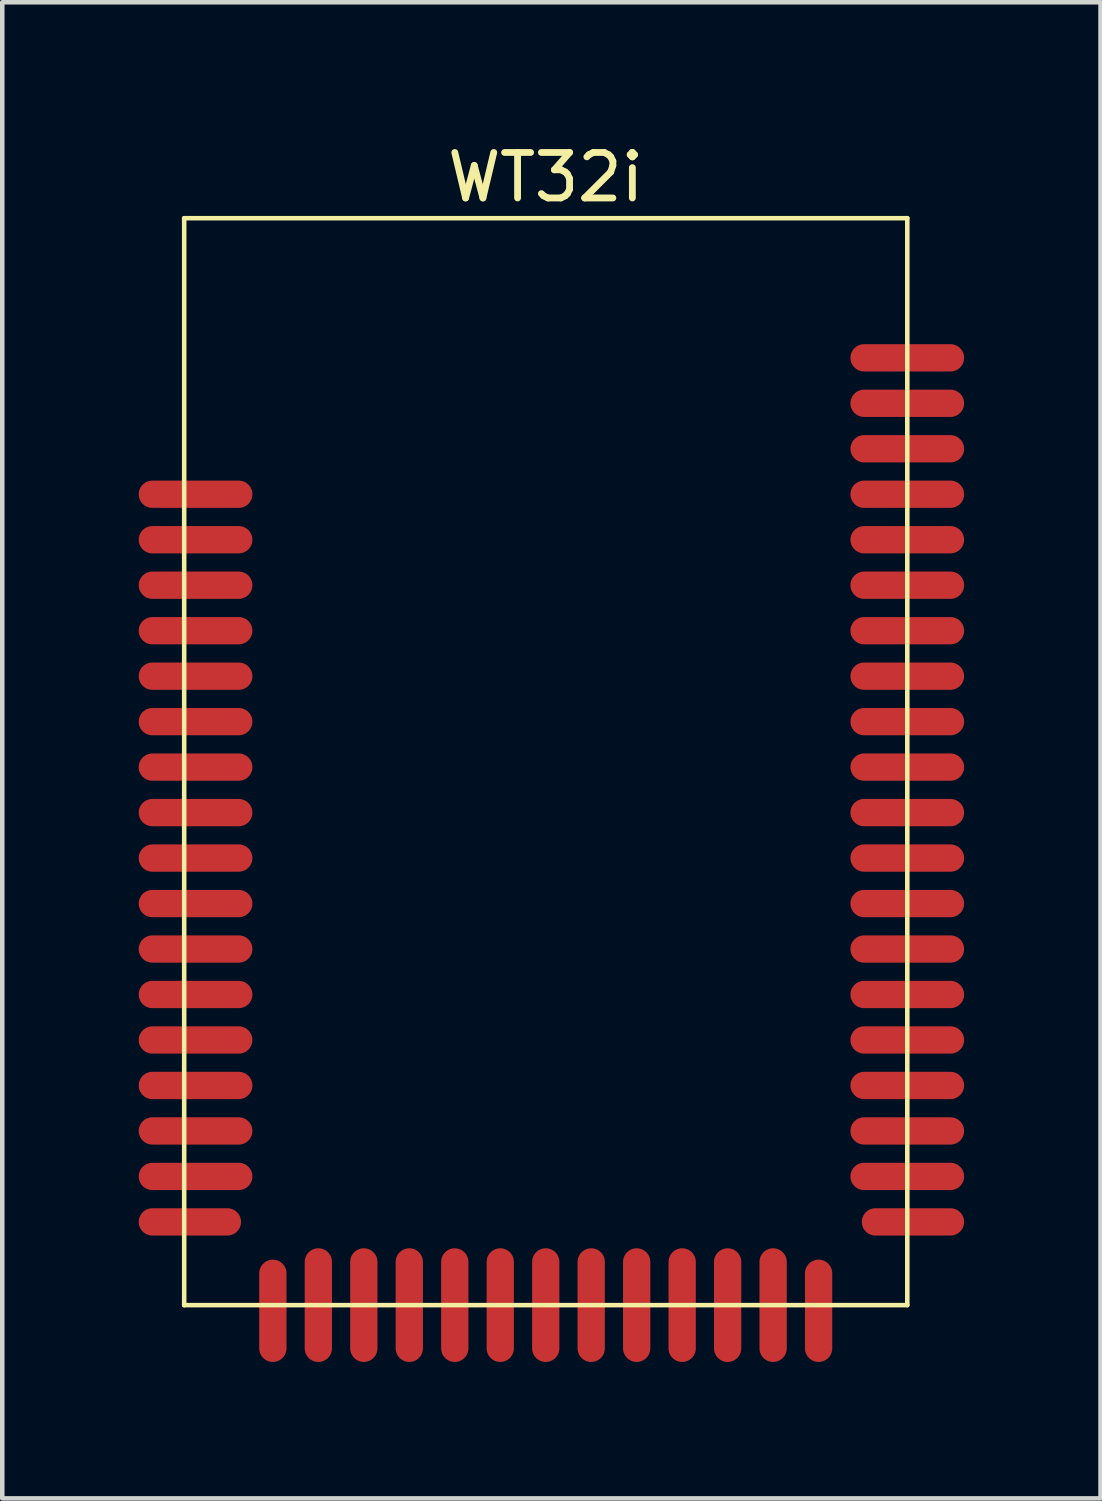
<source format=kicad_pcb>
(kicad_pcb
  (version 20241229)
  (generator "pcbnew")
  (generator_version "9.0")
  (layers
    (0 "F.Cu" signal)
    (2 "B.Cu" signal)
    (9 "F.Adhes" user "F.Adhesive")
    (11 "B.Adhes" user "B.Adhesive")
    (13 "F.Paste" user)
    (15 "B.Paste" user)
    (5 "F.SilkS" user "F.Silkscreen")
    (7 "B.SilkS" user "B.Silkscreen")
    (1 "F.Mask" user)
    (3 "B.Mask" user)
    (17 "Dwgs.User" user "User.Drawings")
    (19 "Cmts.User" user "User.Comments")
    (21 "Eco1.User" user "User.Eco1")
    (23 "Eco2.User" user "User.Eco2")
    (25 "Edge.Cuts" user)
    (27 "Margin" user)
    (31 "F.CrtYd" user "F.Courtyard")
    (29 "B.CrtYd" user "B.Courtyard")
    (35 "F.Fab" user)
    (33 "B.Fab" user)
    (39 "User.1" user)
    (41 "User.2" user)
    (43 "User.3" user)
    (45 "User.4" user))
  (footprint "WT32i"
    (layer "F.Cu")
    (at 8.95 13.448)
    (property "Reference" "WT32i" (at 0 -12.6 0) (layer "F.SilkS") (effects (font (size 1 1) (thickness 0.15))))
    (attr through_hole)
    (fp_line (start -7.95 -11.7) (end 7.95 -11.7) (stroke (width 0.1) (type solid)) (layer "F.SilkS"))
    (fp_line (start -7.95 12.2) (end -7.95 -11.7) (stroke (width 0.1) (type solid)) (layer "F.SilkS"))
    (fp_line (start 7.95 -11.7) (end 7.95 12.2) (stroke (width 0.1) (type solid)) (layer "F.SilkS"))
    (fp_line (start 7.95 12.2) (end -7.95 12.2) (stroke (width 0.1) (type solid)) (layer "F.SilkS"))
    (pad "1" smd oval (at -7.7 -5.63) (size 2.5 0.6) (layers "F.Cu" "F.Mask" "F.Paste"))
    (pad "2" smd oval (at -7.7 -4.63) (size 2.5 0.6) (layers "F.Cu" "F.Mask" "F.Paste"))
    (pad "3" smd oval (at -7.7 -3.63) (size 2.5 0.6) (layers "F.Cu" "F.Mask" "F.Paste"))
    (pad "4" smd oval (at -7.7 -2.63) (size 2.5 0.6) (layers "F.Cu" "F.Mask" "F.Paste"))
    (pad "5" smd oval (at -7.7 -1.63) (size 2.5 0.6) (layers "F.Cu" "F.Mask" "F.Paste"))
    (pad "6" smd oval (at -7.7 -0.63) (size 2.5 0.6) (layers "F.Cu" "F.Mask" "F.Paste"))
    (pad "7" smd oval (at -7.7 0.37) (size 2.5 0.6) (layers "F.Cu" "F.Mask" "F.Paste"))
    (pad "8" smd oval (at -7.7 1.37) (size 2.5 0.6) (layers "F.Cu" "F.Mask" "F.Paste"))
    (pad "9" smd oval (at -7.7 2.37) (size 2.5 0.6) (layers "F.Cu" "F.Mask" "F.Paste"))
    (pad "10" smd oval (at -7.7 3.37) (size 2.5 0.6) (layers "F.Cu" "F.Mask" "F.Paste"))
    (pad "11" smd oval (at -7.7 4.37) (size 2.5 0.6) (layers "F.Cu" "F.Mask" "F.Paste"))
    (pad "12" smd oval (at -7.7 5.37) (size 2.5 0.6) (layers "F.Cu" "F.Mask" "F.Paste"))
    (pad "13" smd oval (at -7.7 6.37) (size 2.5 0.6) (layers "F.Cu" "F.Mask" "F.Paste"))
    (pad "14" smd oval (at -7.7 7.37) (size 2.5 0.6) (layers "F.Cu" "F.Mask" "F.Paste"))
    (pad "15" smd oval (at -7.7 8.37) (size 2.5 0.6) (layers "F.Cu" "F.Mask" "F.Paste"))
    (pad "16" smd oval (at -7.7 9.37) (size 2.5 0.6) (layers "F.Cu" "F.Mask" "F.Paste"))
    (pad "17" smd oval (at -7.825 10.37) (size 2.25 0.6) (layers "F.Cu" "F.Mask" "F.Paste"))
    (pad "18" smd oval (at -6 12.325 90) (size 2.25 0.6) (layers "F.Cu" "F.Mask" "F.Paste"))
    (pad "19" smd oval (at -5 12.2 90) (size 2.5 0.6) (layers "F.Cu" "F.Mask" "F.Paste"))
    (pad "20" smd oval (at -4 12.2 90) (size 2.5 0.6) (layers "F.Cu" "F.Mask" "F.Paste"))
    (pad "21" smd oval (at -3 12.2 90) (size 2.5 0.6) (layers "F.Cu" "F.Mask" "F.Paste"))
    (pad "22" smd oval (at -2 12.2 90) (size 2.5 0.6) (layers "F.Cu" "F.Mask" "F.Paste"))
    (pad "23" smd oval (at -1 12.2 90) (size 2.5 0.6) (layers "F.Cu" "F.Mask" "F.Paste"))
    (pad "24" smd oval (at 0 12.2 90) (size 2.5 0.6) (layers "F.Cu" "F.Mask" "F.Paste"))
    (pad "25" smd oval (at 1 12.2 90) (size 2.5 0.6) (layers "F.Cu" "F.Mask" "F.Paste"))
    (pad "26" smd oval (at 2 12.2 90) (size 2.5 0.6) (layers "F.Cu" "F.Mask" "F.Paste"))
    (pad "27" smd oval (at 3 12.2 90) (size 2.5 0.6) (layers "F.Cu" "F.Mask" "F.Paste"))
    (pad "28" smd oval (at 4 12.2 90) (size 2.5 0.6) (layers "F.Cu" "F.Mask" "F.Paste"))
    (pad "29" smd oval (at 5 12.2 90) (size 2.5 0.6) (layers "F.Cu" "F.Mask" "F.Paste"))
    (pad "30" smd oval (at 6 12.325 90) (size 2.25 0.6) (layers "F.Cu" "F.Mask" "F.Paste"))
    (pad "31" smd oval (at 8.075 10.37) (size 2.25 0.6) (layers "F.Cu" "F.Mask" "F.Paste"))
    (pad "32" smd oval (at 7.95 9.37) (size 2.5 0.6) (layers "F.Cu" "F.Mask" "F.Paste"))
    (pad "33" smd oval (at 7.95 8.37) (size 2.5 0.6) (layers "F.Cu" "F.Mask" "F.Paste"))
    (pad "34" smd oval (at 7.95 7.37) (size 2.5 0.6) (layers "F.Cu" "F.Mask" "F.Paste"))
    (pad "35" smd oval (at 7.95 6.37) (size 2.5 0.6) (layers "F.Cu" "F.Mask" "F.Paste"))
    (pad "36" smd oval (at 7.95 5.37) (size 2.5 0.6) (layers "F.Cu" "F.Mask" "F.Paste"))
    (pad "37" smd oval (at 7.95 4.37) (size 2.5 0.6) (layers "F.Cu" "F.Mask" "F.Paste"))
    (pad "38" smd oval (at 7.95 3.37) (size 2.5 0.6) (layers "F.Cu" "F.Mask" "F.Paste"))
    (pad "39" smd oval (at 7.95 2.37) (size 2.5 0.6) (layers "F.Cu" "F.Mask" "F.Paste"))
    (pad "40" smd oval (at 7.95 1.37) (size 2.5 0.6) (layers "F.Cu" "F.Mask" "F.Paste"))
    (pad "41" smd oval (at 7.95 0.37) (size 2.5 0.6) (layers "F.Cu" "F.Mask" "F.Paste"))
    (pad "42" smd oval (at 7.95 -0.63) (size 2.5 0.6) (layers "F.Cu" "F.Mask" "F.Paste"))
    (pad "43" smd oval (at 7.95 -1.63) (size 2.5 0.6) (layers "F.Cu" "F.Mask" "F.Paste"))
    (pad "44" smd oval (at 7.95 -2.63) (size 2.5 0.6) (layers "F.Cu" "F.Mask" "F.Paste"))
    (pad "45" smd oval (at 7.95 -3.63) (size 2.5 0.6) (layers "F.Cu" "F.Mask" "F.Paste"))
    (pad "46" smd oval (at 7.95 -4.63) (size 2.5 0.6) (layers "F.Cu" "F.Mask" "F.Paste"))
    (pad "47" smd oval (at 7.95 -5.63) (size 2.5 0.6) (layers "F.Cu" "F.Mask" "F.Paste"))
    (pad "48" smd oval (at 7.95 -6.63) (size 2.5 0.6) (layers "F.Cu" "F.Mask" "F.Paste"))
    (pad "49" smd oval (at 7.95 -7.63) (size 2.5 0.6) (layers "F.Cu" "F.Mask" "F.Paste"))
    (pad "50" smd oval (at 7.95 -8.63) (size 2.5 0.6) (layers "F.Cu" "F.Mask" "F.Paste")))
  (gr_rect
    (start -3 -3)
    (end 21.15 29.898)
    (stroke (width 0.1) (type default))
    (fill no)
    (layer "Edge.Cuts")))
</source>
